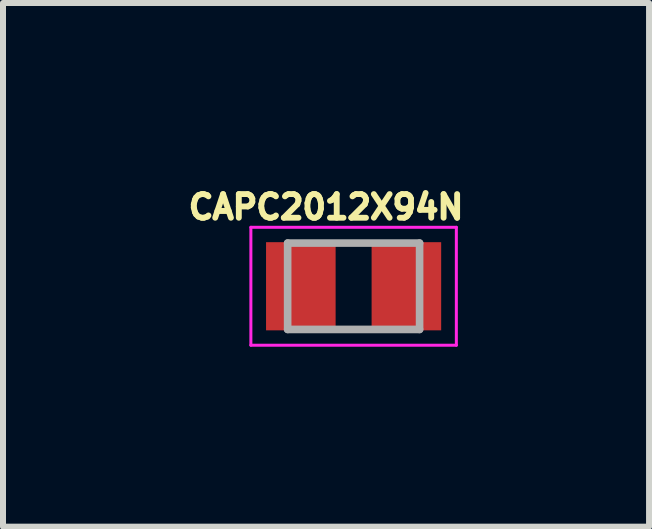
<source format=kicad_pcb>
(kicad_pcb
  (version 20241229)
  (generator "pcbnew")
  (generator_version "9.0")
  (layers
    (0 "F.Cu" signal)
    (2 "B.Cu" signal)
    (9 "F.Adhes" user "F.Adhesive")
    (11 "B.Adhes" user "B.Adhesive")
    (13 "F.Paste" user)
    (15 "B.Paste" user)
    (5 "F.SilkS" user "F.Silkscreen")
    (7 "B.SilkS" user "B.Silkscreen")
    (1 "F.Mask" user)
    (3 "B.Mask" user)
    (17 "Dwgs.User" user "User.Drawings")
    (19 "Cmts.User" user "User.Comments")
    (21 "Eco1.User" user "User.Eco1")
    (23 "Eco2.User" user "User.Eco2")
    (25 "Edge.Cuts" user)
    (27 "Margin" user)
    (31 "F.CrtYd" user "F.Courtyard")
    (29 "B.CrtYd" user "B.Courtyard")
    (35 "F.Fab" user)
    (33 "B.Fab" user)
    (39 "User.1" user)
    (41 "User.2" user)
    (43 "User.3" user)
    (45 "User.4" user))
  (footprint "CAPC2012X94N"
    (layer "F.Cu")
    (at 2.846 1.723)
    (property "Reference" "CAPC2012X94N" (at -0.46 -1.32 0) (layer "F.SilkS") (effects (font (size 0.394 0.394) (thickness 0.098))))
    (attr smd)
    (fp_line (start -1.713 -0.983) (end 1.713 -0.983) (stroke (width 0.05) (type solid)) (layer "F.CrtYd"))
    (fp_line (start -1.713 0.983) (end -1.713 -0.983) (stroke (width 0.05) (type solid)) (layer "F.CrtYd"))
    (fp_line (start -1.713 0.983) (end 1.713 0.983) (stroke (width 0.05) (type solid)) (layer "F.CrtYd"))
    (fp_line (start 1.713 0.983) (end 1.713 -0.983) (stroke (width 0.05) (type solid)) (layer "F.CrtYd"))
    (fp_line (start -1.1 0.72) (end -1.1 -0.72) (stroke (width 0.127) (type solid)) (layer "F.Fab"))
    (fp_line (start 1.1 -0.72) (end -1.1 -0.72) (stroke (width 0.127) (type solid)) (layer "F.Fab"))
    (fp_line (start 1.1 0.72) (end -1.1 0.72) (stroke (width 0.127) (type solid)) (layer "F.Fab"))
    (fp_line (start 1.1 0.72) (end 1.1 -0.72) (stroke (width 0.127) (type solid)) (layer "F.Fab"))
    (pad "1" smd rect (at -0.88 0) (size 1.16 1.47) (layers "F.Cu" "F.Mask" "F.Paste"))
    (pad "2" smd rect (at 0.88 0) (size 1.16 1.47) (layers "F.Cu" "F.Mask" "F.Paste")))
  (gr_rect
    (start -3 -3)
    (end 7.772 5.731)
    (stroke (width 0.1) (type default))
    (fill no)
    (layer "Edge.Cuts")))
</source>
